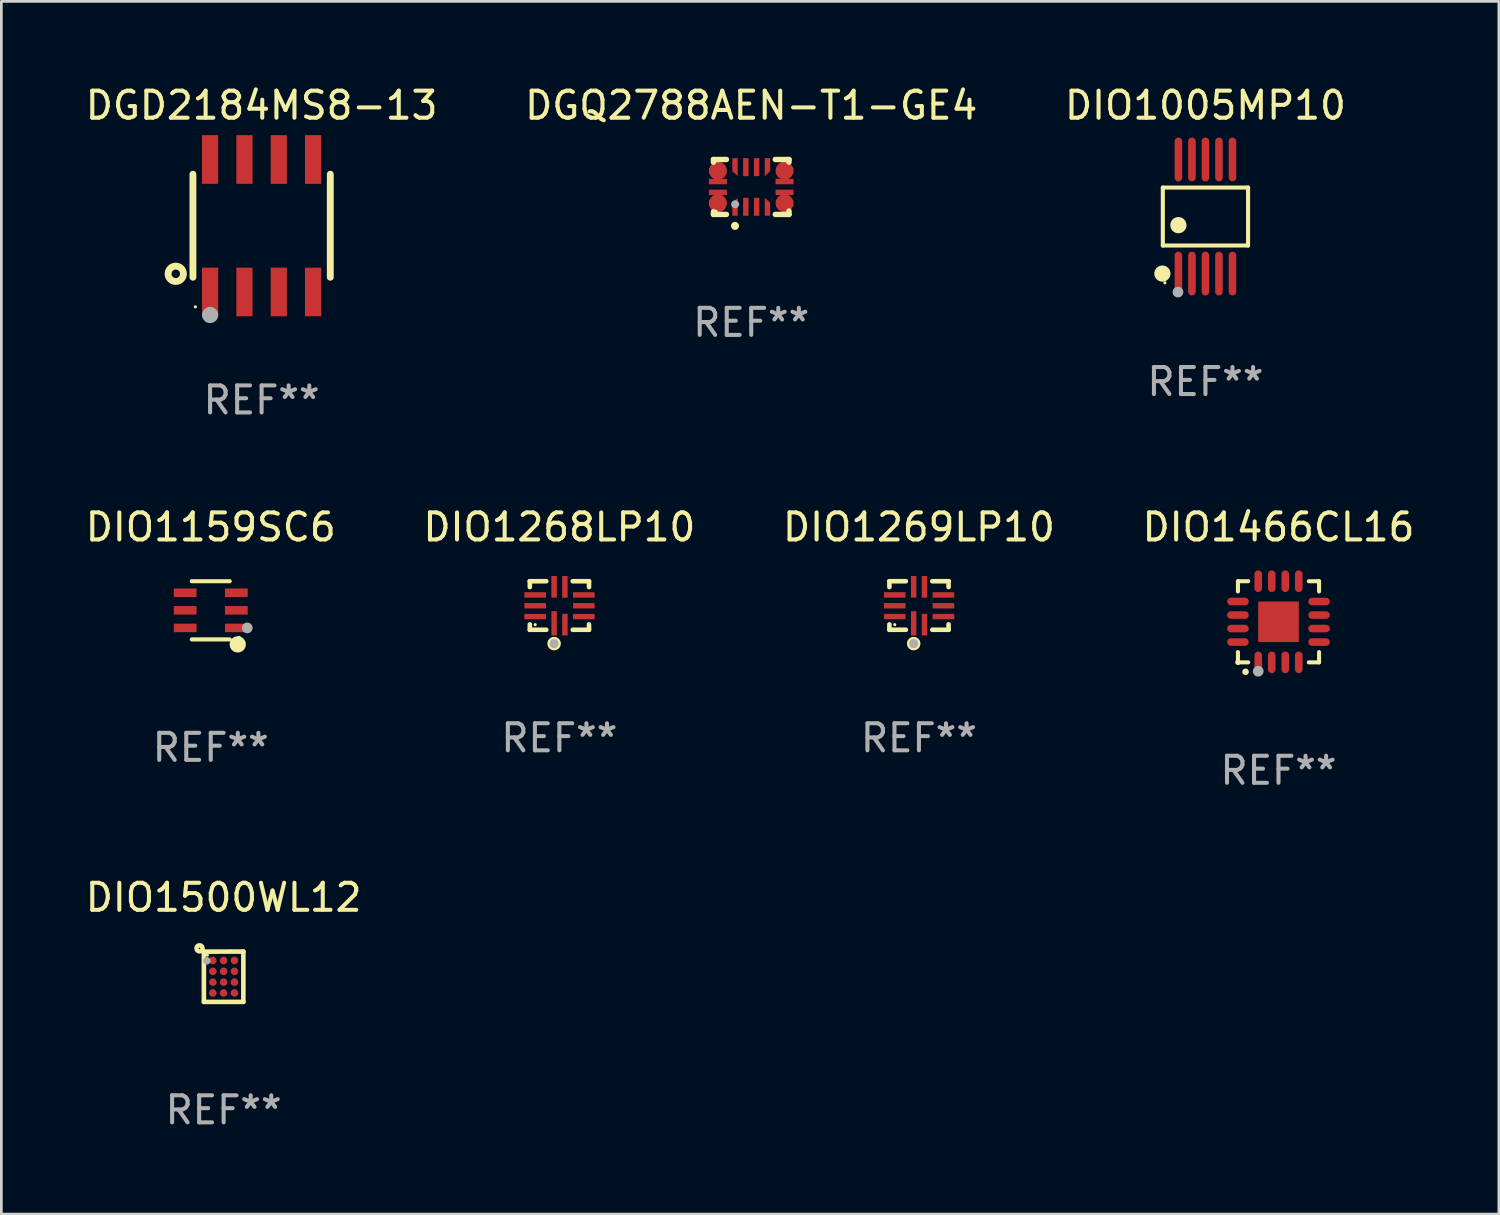
<source format=kicad_pcb>
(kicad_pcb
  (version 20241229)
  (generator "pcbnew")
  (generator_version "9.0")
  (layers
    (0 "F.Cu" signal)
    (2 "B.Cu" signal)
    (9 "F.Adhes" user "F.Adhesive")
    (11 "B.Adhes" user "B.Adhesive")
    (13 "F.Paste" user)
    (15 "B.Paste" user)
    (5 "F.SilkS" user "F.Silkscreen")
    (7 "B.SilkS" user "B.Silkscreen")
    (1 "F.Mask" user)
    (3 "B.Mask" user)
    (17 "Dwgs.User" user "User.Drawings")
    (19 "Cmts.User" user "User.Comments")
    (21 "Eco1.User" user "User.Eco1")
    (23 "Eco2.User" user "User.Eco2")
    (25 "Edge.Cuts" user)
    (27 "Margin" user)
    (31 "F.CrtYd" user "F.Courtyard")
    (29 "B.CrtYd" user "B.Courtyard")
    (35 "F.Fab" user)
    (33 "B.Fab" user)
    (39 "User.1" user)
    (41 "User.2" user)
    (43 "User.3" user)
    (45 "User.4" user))
  (footprint "DGD2184MS8-13"
    (layer "F.Cu")
    (at 6.625 5.298)
    (property "Reference" "DGD2184MS8-13" (at 0 -4.45 0) (layer "F.SilkS") (effects (font (size 1 1) (thickness 0.15))))
    (attr through_hole)
    (fp_line (start -2.54 -1.905) (end -2.54 1.905) (stroke (width 0.254) (type solid)) (layer "F.SilkS"))
    (fp_line (start 2.54 -1.905) (end 2.54 1.905) (stroke (width 0.254) (type solid)) (layer "F.SilkS"))
    (fp_circle (center -3.175 1.778) (end -2.891 1.778) (stroke (width 0.254) (type solid)) (fill no) (layer "F.SilkS"))
    (fp_circle (center -2.45 3) (end -2.42 3) (stroke (width 0.06) (type solid)) (fill no) (layer "F.SilkS"))
    (fp_circle (center -1.905 3.302) (end -1.755 3.302) (stroke (width 0.3) (type solid)) (fill no) (layer "F.Fab"))
    (fp_text user "REF**" (at 0 6.45 0) (layer "F.Fab") (effects (font (size 1 1) (thickness 0.15))))
    (pad "1" smd rect (at -1.905 2.45) (size 0.6 1.8) (layers "F.Cu" "F.Mask" "F.Paste"))
    (pad "2" smd rect (at -0.635 2.45) (size 0.6 1.8) (layers "F.Cu" "F.Mask" "F.Paste"))
    (pad "3" smd rect (at 0.635 2.45) (size 0.6 1.8) (layers "F.Cu" "F.Mask" "F.Paste"))
    (pad "4" smd rect (at 1.905 2.45) (size 0.6 1.8) (layers "F.Cu" "F.Mask" "F.Paste"))
    (pad "5" smd rect (at 1.905 -2.45 180) (size 0.6 1.8) (layers "F.Cu" "F.Mask" "F.Paste"))
    (pad "6" smd rect (at 0.635 -2.45 180) (size 0.6 1.8) (layers "F.Cu" "F.Mask" "F.Paste"))
    (pad "7" smd rect (at -0.635 -2.45 180) (size 0.6 1.8) (layers "F.Cu" "F.Mask" "F.Paste"))
    (pad "8" smd rect (at -1.905 -2.45 180) (size 0.6 1.8) (layers "F.Cu" "F.Mask" "F.Paste")))
  (footprint "DGQ2788AEN-T1-GE4"
    (layer "F.Cu")
    (at 24.732 3.864)
    (property "Reference" "DGQ2788AEN-T1-GE4" (at 0 -3.016 0) (layer "F.SilkS") (effects (font (size 1 1) (thickness 0.15))))
    (attr through_hole)
    (fp_line (start -1.397 -1.016) (end -1.397 -0.916) (stroke (width 0.2) (type solid)) (layer "F.SilkS"))
    (fp_line (start -1.397 0.916) (end -1.397 1.016) (stroke (width 0.2) (type solid)) (layer "F.SilkS"))
    (fp_line (start -1.397 1.016) (end -0.916 1.016) (stroke (width 0.2) (type solid)) (layer "F.SilkS"))
    (fp_line (start -0.916 -1.016) (end -1.397 -1.016) (stroke (width 0.2) (type solid)) (layer "F.SilkS"))
    (fp_line (start 0.889 -1.016) (end 1.397 -1.016) (stroke (width 0.2) (type solid)) (layer "F.SilkS"))
    (fp_line (start 1.397 -1.016) (end 1.397 -0.916) (stroke (width 0.2) (type solid)) (layer "F.SilkS"))
    (fp_line (start 1.397 0.889) (end 1.397 1.016) (stroke (width 0.2) (type solid)) (layer "F.SilkS"))
    (fp_line (start 1.397 1.016) (end 0.889 1.016) (stroke (width 0.2) (type solid)) (layer "F.SilkS"))
    (fp_circle (center -1.3 0.9) (end -1.27 0.9) (stroke (width 0.06) (type solid)) (fill no) (layer "F.SilkS"))
    (fp_circle (center -0.6 1.44) (end -0.525 1.44) (stroke (width 0.15) (type solid)) (fill no) (layer "F.SilkS"))
    (fp_circle (center -0.595 0.64) (end -0.52 0.64) (stroke (width 0.15) (type solid)) (fill no) (layer "F.Fab"))
    (fp_text user "REF**" (at 0 5.016 0) (layer "F.Fab") (effects (font (size 1 1) (thickness 0.15))))
    (pad "1" smd custom (at -0.6 0.733) (size 0.2 0.665) (layers "F.Cu" "F.Mask" "F.Paste") (options (anchor circle)) (primitives (gr_poly (pts (xy -0.1 -0.15) (xy 0.1 -0.333) (xy 0.1 0.332) (xy -0.1 0.332)) (width 0) (fill yes))))
    (pad "2" smd rect (at -0.2 0.733) (size 0.2 0.665) (layers "F.Cu" "F.Mask" "F.Paste"))
    (pad "3" smd rect (at 0.2 0.733) (size 0.2 0.665) (layers "F.Cu" "F.Mask" "F.Paste"))
    (pad "4" smd custom (at 0.6 0.733) (size 0.2 0.665) (layers "F.Cu" "F.Mask" "F.Paste") (options (anchor circle)) (primitives (gr_poly (pts (xy -0.1 -0.333) (xy 0.1 -0.15) (xy 0.1 0.332) (xy -0.1 0.332)) (width 0) (fill yes))))
    (pad "5" smd custom (at 1.232 0.6) (size 0.665 0.2) (layers "F.Cu" "F.Mask" "F.Paste") (options (anchor circle)) (primitives (gr_poly (pts (xy -0.332 -0.1) (xy 0.333 -0.1) (xy 0.333 0.1) (xy -0.15 0.1)) (width 0) (fill yes))))
    (pad "6" smd rect (at 1.232 0.2) (size 0.665 0.2) (layers "F.Cu" "F.Mask" "F.Paste"))
    (pad "7" smd rect (at 1.232 -0.2) (size 0.665 0.2) (layers "F.Cu" "F.Mask" "F.Paste"))
    (pad "8" smd custom (at 1.232 -0.6) (size 0.665 0.2) (layers "F.Cu" "F.Mask" "F.Paste") (options (anchor circle)) (primitives (gr_poly (pts (xy -0.15 -0.1) (xy 0.333 -0.1) (xy 0.333 0.1) (xy -0.332 0.1)) (width 0) (fill yes))))
    (pad "9" smd custom (at 0.6 -0.733) (size 0.2 0.665) (layers "F.Cu" "F.Mask" "F.Paste") (options (anchor circle)) (primitives (gr_poly (pts (xy -0.1 -0.332) (xy 0.1 -0.332) (xy 0.1 0.15) (xy -0.1 0.333)) (width 0) (fill yes))))
    (pad "10" smd rect (at 0.2 -0.733) (size 0.2 0.665) (layers "F.Cu" "F.Mask" "F.Paste"))
    (pad "11" smd rect (at -0.2 -0.733) (size 0.2 0.665) (layers "F.Cu" "F.Mask" "F.Paste"))
    (pad "12" smd custom (at -0.6 -0.733) (size 0.2 0.665) (layers "F.Cu" "F.Mask" "F.Paste") (options (anchor circle)) (primitives (gr_poly (pts (xy -0.1 -0.332) (xy 0.1 -0.332) (xy 0.1 0.333) (xy -0.1 0.15)) (width 0) (fill yes))))
    (pad "13" smd custom (at -1.232 -0.6) (size 0.665 0.2) (layers "F.Cu" "F.Mask" "F.Paste") (options (anchor circle)) (primitives (gr_poly (pts (xy -0.333 -0.1) (xy 0.15 -0.1) (xy 0.332 0.1) (xy -0.333 0.1)) (width 0) (fill yes))))
    (pad "14" smd rect (at -1.232 -0.2) (size 0.665 0.2) (layers "F.Cu" "F.Mask" "F.Paste"))
    (pad "15" smd rect (at -1.232 0.2) (size 0.665 0.2) (layers "F.Cu" "F.Mask" "F.Paste"))
    (pad "16" smd custom (at -1.232 0.6) (size 0.665 0.2) (layers "F.Cu" "F.Mask" "F.Paste") (options (anchor circle)) (primitives (gr_poly (pts (xy -0.333 -0.1) (xy 0.332 -0.1) (xy 0.15 0.1) (xy -0.333 0.1)) (width 0) (fill yes)))))
  (footprint "DIO1159SC6"
    (layer "F.Cu")
    (at 4.744 19.521)
    (property "Reference" "DIO1159SC6" (at 0 -3.076 0) (layer "F.SilkS") (effects (font (size 1 1) (thickness 0.15))))
    (attr through_hole)
    (fp_line (start 0.701 -1.076) (end -0.701 -1.076) (stroke (width 0.152) (type solid)) (layer "F.SilkS"))
    (fp_line (start 0.701 1.076) (end -0.701 1.076) (stroke (width 0.152) (type solid)) (layer "F.SilkS"))
    (fp_circle (center 0.998 1.26) (end 1.148 1.26) (stroke (width 0.3) (type solid)) (fill no) (layer "F.SilkS"))
    (fp_circle (center 1.05 1) (end 1.08 1) (stroke (width 0.06) (type solid)) (fill no) (layer "F.SilkS"))
    (fp_circle (center 1.35 0.65) (end 1.45 0.65) (stroke (width 0.2) (type solid)) (fill no) (layer "F.Fab"))
    (fp_text user "REF**" (at 0 5.076 0) (layer "F.Fab") (effects (font (size 1 1) (thickness 0.15))))
    (pad "1" smd rect (at 0.946 0.65) (size 0.841 0.315) (layers "F.Cu" "F.Mask" "F.Paste"))
    (pad "2" smd rect (at 0.946 0) (size 0.841 0.315) (layers "F.Cu" "F.Mask" "F.Paste"))
    (pad "3" smd rect (at 0.946 -0.65) (size 0.841 0.315) (layers "F.Cu" "F.Mask" "F.Paste"))
    (pad "4" smd rect (at -0.946 -0.65) (size 0.841 0.315) (layers "F.Cu" "F.Mask" "F.Paste"))
    (pad "5" smd rect (at -0.946 0) (size 0.841 0.315) (layers "F.Cu" "F.Mask" "F.Paste"))
    (pad "6" smd rect (at -0.946 0.65) (size 0.841 0.315) (layers "F.Cu" "F.Mask" "F.Paste")))
  (footprint "DIO1005MP10"
    (layer "F.Cu")
    (at 41.53 4.958)
    (property "Reference" "DIO1005MP10" (at 0 -4.11 0) (layer "F.SilkS") (effects (font (size 1 1) (thickness 0.15))))
    (attr through_hole)
    (fp_line (start -1.576 -1.071) (end 1.576 -1.071) (stroke (width 0.152) (type solid)) (layer "F.SilkS"))
    (fp_line (start -1.576 1.071) (end -1.576 -1.071) (stroke (width 0.152) (type solid)) (layer "F.SilkS"))
    (fp_line (start 1.576 -1.071) (end 1.576 1.071) (stroke (width 0.152) (type solid)) (layer "F.SilkS"))
    (fp_line (start 1.576 1.071) (end -1.576 1.071) (stroke (width 0.152) (type solid)) (layer "F.SilkS"))
    (fp_circle (center -1.592 2.11) (end -1.442 2.11) (stroke (width 0.3) (type solid)) (fill no) (layer "F.SilkS"))
    (fp_circle (center -1.5 2.45) (end -1.47 2.45) (stroke (width 0.06) (type solid)) (fill no) (layer "F.SilkS"))
    (fp_circle (center -1 0.319) (end -0.85 0.319) (stroke (width 0.3) (type solid)) (fill no) (layer "F.SilkS"))
    (fp_circle (center -1.016 2.794) (end -0.916 2.794) (stroke (width 0.2) (type solid)) (fill no) (layer "F.Fab"))
    (fp_text user "REF**" (at 0 6.11 0) (layer "F.Fab") (effects (font (size 1 1) (thickness 0.15))))
    (pad "1" smd oval (at -1 2.11) (size 0.28 1.62) (layers "F.Cu" "F.Mask" "F.Paste"))
    (pad "2" smd oval (at -0.5 2.11) (size 0.28 1.62) (layers "F.Cu" "F.Mask" "F.Paste"))
    (pad "3" smd oval (at 0 2.11) (size 0.28 1.62) (layers "F.Cu" "F.Mask" "F.Paste"))
    (pad "4" smd oval (at 0.5 2.11) (size 0.28 1.62) (layers "F.Cu" "F.Mask" "F.Paste"))
    (pad "5" smd oval (at 1 2.11) (size 0.28 1.62) (layers "F.Cu" "F.Mask" "F.Paste"))
    (pad "6" smd oval (at 1 -2.11) (size 0.28 1.62) (layers "F.Cu" "F.Mask" "F.Paste"))
    (pad "7" smd oval (at 0.5 -2.11) (size 0.28 1.62) (layers "F.Cu" "F.Mask" "F.Paste"))
    (pad "8" smd oval (at 0 -2.11) (size 0.28 1.62) (layers "F.Cu" "F.Mask" "F.Paste"))
    (pad "9" smd oval (at -0.5 -2.11) (size 0.28 1.62) (layers "F.Cu" "F.Mask" "F.Paste"))
    (pad "10" smd oval (at -1 -2.11) (size 0.28 1.62) (layers "F.Cu" "F.Mask" "F.Paste")))
  (footprint "DIO1466CL16"
    (layer "F.Cu")
    (at 44.232 19.945)
    (property "Reference" "DIO1466CL16" (at 0 -3.5 0) (layer "F.SilkS") (effects (font (size 1 1) (thickness 0.15))))
    (attr through_hole)
    (fp_line (start -1.5 -1.5) (end -1.121 -1.5) (stroke (width 0.15) (type solid)) (layer "F.SilkS"))
    (fp_line (start -1.5 -1.122) (end -1.5 -1.5) (stroke (width 0.15) (type solid)) (layer "F.SilkS"))
    (fp_line (start -1.5 1.5) (end -1.5 1.121) (stroke (width 0.15) (type solid)) (layer "F.SilkS"))
    (fp_line (start -1.121 1.5) (end -1.5 1.5) (stroke (width 0.15) (type solid)) (layer "F.SilkS"))
    (fp_line (start 1.121 -1.5) (end 1.5 -1.5) (stroke (width 0.15) (type solid)) (layer "F.SilkS"))
    (fp_line (start 1.5 -1.5) (end 1.5 -1.122) (stroke (width 0.15) (type solid)) (layer "F.SilkS"))
    (fp_line (start 1.5 1.121) (end 1.5 1.5) (stroke (width 0.15) (type solid)) (layer "F.SilkS"))
    (fp_line (start 1.5 1.5) (end 1.121 1.5) (stroke (width 0.15) (type solid)) (layer "F.SilkS"))
    (fp_arc (start -1.219926 1.850254) (mid -1.21891 1.85025) (end -1.217894 1.850254) (stroke (width 0.240005) (type solid)) (layer "F.SilkS"))
    (fp_circle (center -1.5 1.5) (end -1.45 1.5) (stroke (width 0.1) (type solid)) (fill no) (layer "F.SilkS"))
    (fp_circle (center -0.75 1.83) (end -0.65 1.83) (stroke (width 0.2) (type solid)) (fill no) (layer "F.Fab"))
    (fp_text user "REF**" (at 0 5.5 0) (layer "F.Fab") (effects (font (size 1 1) (thickness 0.15))))
    (pad "1" smd oval (at -0.75 1.5) (size 0.28 0.8) (layers "F.Cu" "F.Mask" "F.Paste"))
    (pad "2" smd oval (at -0.25 1.5) (size 0.28 0.8) (layers "F.Cu" "F.Mask" "F.Paste"))
    (pad "3" smd oval (at 0.25 1.5) (size 0.28 0.8) (layers "F.Cu" "F.Mask" "F.Paste"))
    (pad "4" smd oval (at 0.75 1.5) (size 0.28 0.8) (layers "F.Cu" "F.Mask" "F.Paste"))
    (pad "5" smd oval (at 1.5 0.75) (size 0.8 0.28) (layers "F.Cu" "F.Mask" "F.Paste"))
    (pad "6" smd oval (at 1.5 0.25) (size 0.8 0.28) (layers "F.Cu" "F.Mask" "F.Paste"))
    (pad "7" smd oval (at 1.5 -0.25) (size 0.8 0.28) (layers "F.Cu" "F.Mask" "F.Paste"))
    (pad "8" smd oval (at 1.5 -0.75) (size 0.8 0.28) (layers "F.Cu" "F.Mask" "F.Paste"))
    (pad "9" smd oval (at 0.75 -1.5) (size 0.28 0.8) (layers "F.Cu" "F.Mask" "F.Paste"))
    (pad "10" smd oval (at 0.25 -1.5) (size 0.28 0.8) (layers "F.Cu" "F.Mask" "F.Paste"))
    (pad "11" smd oval (at -0.25 -1.5) (size 0.28 0.8) (layers "F.Cu" "F.Mask" "F.Paste"))
    (pad "12" smd oval (at -0.75 -1.5) (size 0.28 0.8) (layers "F.Cu" "F.Mask" "F.Paste"))
    (pad "13" smd oval (at -1.5 -0.75) (size 0.8 0.28) (layers "F.Cu" "F.Mask" "F.Paste"))
    (pad "14" smd oval (at -1.5 -0.25) (size 0.8 0.28) (layers "F.Cu" "F.Mask" "F.Paste"))
    (pad "15" smd oval (at -1.5 0.25) (size 0.8 0.28) (layers "F.Cu" "F.Mask" "F.Paste"))
    (pad "16" smd oval (at -1.5 0.75) (size 0.8 0.28) (layers "F.Cu" "F.Mask" "F.Paste"))
    (pad "17" smd rect (at -0.000064 0.000165) (size 1.5 1.5) (layers "F.Cu" "F.Mask" "F.Paste")))
  (footprint "DIO1268LP10"
    (layer "F.Cu")
    (at 17.637 19.344)
    (property "Reference" "DIO1268LP10" (at 0 -2.899 0) (layer "F.SilkS") (effects (font (size 1 1) (thickness 0.15))))
    (attr through_hole)
    (fp_line (start -1.096 -0.899) (end -0.484 -0.899) (stroke (width 0.17) (type solid)) (layer "F.SilkS"))
    (fp_line (start -1.093 -0.682) (end -1.093 -0.899) (stroke (width 0.17) (type solid)) (layer "F.SilkS"))
    (fp_line (start -1.093 0.899) (end -1.093 0.697) (stroke (width 0.17) (type solid)) (layer "F.SilkS"))
    (fp_line (start -0.484 0.897) (end -1.093 0.897) (stroke (width 0.17) (type solid)) (layer "F.SilkS"))
    (fp_line (start 0.494 -0.899) (end 1.096 -0.899) (stroke (width 0.17) (type solid)) (layer "F.SilkS"))
    (fp_line (start 1.096 -0.899) (end 1.096 -0.682) (stroke (width 0.17) (type solid)) (layer "F.SilkS"))
    (fp_line (start 1.096 0.697) (end 1.096 0.897) (stroke (width 0.17) (type solid)) (layer "F.SilkS"))
    (fp_line (start 1.096 0.897) (end 0.494 0.897) (stroke (width 0.17) (type solid)) (layer "F.SilkS"))
    (fp_circle (center -0.895 0.708) (end -0.865 0.708) (stroke (width 0.06) (type solid)) (fill no) (layer "F.SilkS"))
    (fp_circle (center -0.195 1.408) (end -0.116 1.408) (stroke (width 0.17) (type solid)) (fill no) (layer "F.SilkS"))
    (fp_circle (center -0.195 1.408) (end -0.11 1.408) (stroke (width 0.17) (type solid)) (fill no) (layer "F.Fab"))
    (fp_text user "REF**" (at 0 4.899 0) (layer "F.Fab") (effects (font (size 1 1) (thickness 0.15))))
    (pad "1" smd rect (at -0.195 0.658 180) (size 0.2 0.9) (layers "F.Cu" "F.Mask" "F.Paste"))
    (pad "2" smd rect (at 0.205 0.708 180) (size 0.2 0.8) (layers "F.Cu" "F.Mask" "F.Paste"))
    (pad "3" smd rect (at 0.905 0.408 90) (size 0.2 0.8) (layers "F.Cu" "F.Mask" "F.Paste"))
    (pad "4" smd rect (at 0.905 0.008 90) (size 0.2 0.8) (layers "F.Cu" "F.Mask" "F.Paste"))
    (pad "5" smd rect (at 0.905 -0.392 90) (size 0.2 0.8) (layers "F.Cu" "F.Mask" "F.Paste"))
    (pad "6" smd rect (at 0.205 -0.692 180) (size 0.2 0.8) (layers "F.Cu" "F.Mask" "F.Paste"))
    (pad "7" smd rect (at -0.195 -0.692 180) (size 0.2 0.8) (layers "F.Cu" "F.Mask" "F.Paste"))
    (pad "8" smd rect (at -0.895 -0.392 90) (size 0.2 0.8) (layers "F.Cu" "F.Mask" "F.Paste"))
    (pad "9" smd rect (at -0.895 0.008 90) (size 0.2 0.8) (layers "F.Cu" "F.Mask" "F.Paste"))
    (pad "10" smd rect (at -0.895 0.408 90) (size 0.2 0.8) (layers "F.Cu" "F.Mask" "F.Paste")))
  (footprint "DIO1500WL12"
    (layer "F.Cu")
    (at 5.22 33.072)
    (property "Reference" "DIO1500WL12" (at 0 -2.93 0) (layer "F.SilkS") (effects (font (size 1 1) (thickness 0.15))))
    (attr through_hole)
    (fp_line (start -0.73 -0.929) (end 0.73 -0.93) (stroke (width 0.17) (type solid)) (layer "F.SilkS"))
    (fp_line (start -0.73 0.93) (end -0.73 -0.929) (stroke (width 0.17) (type solid)) (layer "F.SilkS"))
    (fp_line (start 0.73 -0.93) (end 0.73 0.93) (stroke (width 0.17) (type solid)) (layer "F.SilkS"))
    (fp_line (start 0.73 0.93) (end -0.73 0.93) (stroke (width 0.17) (type solid)) (layer "F.SilkS"))
    (fp_circle (center -0.89 -1.05) (end -0.778 -1.05) (stroke (width 0.17) (type solid)) (fill no) (layer "F.SilkS"))
    (fp_circle (center -0.6 -0.8) (end -0.57 -0.8) (stroke (width 0.06) (type solid)) (fill no) (layer "F.SilkS"))
    (fp_circle (center -0.62 -0.59) (end -0.55 -0.59) (stroke (width 0.14) (type solid)) (fill no) (layer "F.Fab"))
    (fp_text user "REF**" (at 0 4.93 0) (layer "F.Fab") (effects (font (size 1 1) (thickness 0.15))))
    (pad "A1" smd circle (at -0.4 -0.6) (size 0.28 0.28) (layers "F.Cu" "F.Mask" "F.Paste"))
    (pad "A2" smd circle (at 0.000102 -0.6) (size 0.28 0.28) (layers "F.Cu" "F.Mask" "F.Paste"))
    (pad "A3" smd circle (at 0.4 -0.6) (size 0.28 0.28) (layers "F.Cu" "F.Mask" "F.Paste"))
    (pad "B1" smd circle (at -0.4 -0.2) (size 0.28 0.28) (layers "F.Cu" "F.Mask" "F.Paste"))
    (pad "B2" smd circle (at 0.000102 -0.2) (size 0.28 0.28) (layers "F.Cu" "F.Mask" "F.Paste"))
    (pad "B3" smd circle (at 0.4 -0.2) (size 0.28 0.28) (layers "F.Cu" "F.Mask" "F.Paste"))
    (pad "C1" smd circle (at -0.4 0.2) (size 0.28 0.28) (layers "F.Cu" "F.Mask" "F.Paste"))
    (pad "C2" smd circle (at 0.000102 0.2) (size 0.28 0.28) (layers "F.Cu" "F.Mask" "F.Paste"))
    (pad "C3" smd circle (at 0.4 0.2) (size 0.28 0.28) (layers "F.Cu" "F.Mask" "F.Paste"))
    (pad "D1" smd circle (at -0.4 0.6) (size 0.28 0.28) (layers "F.Cu" "F.Mask" "F.Paste"))
    (pad "D2" smd circle (at 0.000102 0.6) (size 0.28 0.28) (layers "F.Cu" "F.Mask" "F.Paste"))
    (pad "D3" smd circle (at 0.4 0.6) (size 0.28 0.28) (layers "F.Cu" "F.Mask" "F.Paste")))
  (footprint "DIO1269LP10"
    (layer "F.Cu")
    (at 30.935 19.344)
    (property "Reference" "DIO1269LP10" (at 0 -2.899 0) (layer "F.SilkS") (effects (font (size 1 1) (thickness 0.15))))
    (attr through_hole)
    (fp_line (start -1.096 -0.899) (end -0.484 -0.899) (stroke (width 0.17) (type solid)) (layer "F.SilkS"))
    (fp_line (start -1.093 -0.682) (end -1.093 -0.899) (stroke (width 0.17) (type solid)) (layer "F.SilkS"))
    (fp_line (start -1.093 0.899) (end -1.093 0.697) (stroke (width 0.17) (type solid)) (layer "F.SilkS"))
    (fp_line (start -0.484 0.897) (end -1.093 0.897) (stroke (width 0.17) (type solid)) (layer "F.SilkS"))
    (fp_line (start 0.494 -0.899) (end 1.096 -0.899) (stroke (width 0.17) (type solid)) (layer "F.SilkS"))
    (fp_line (start 1.096 -0.899) (end 1.096 -0.682) (stroke (width 0.17) (type solid)) (layer "F.SilkS"))
    (fp_line (start 1.096 0.697) (end 1.096 0.897) (stroke (width 0.17) (type solid)) (layer "F.SilkS"))
    (fp_line (start 1.096 0.897) (end 0.494 0.897) (stroke (width 0.17) (type solid)) (layer "F.SilkS"))
    (fp_circle (center -0.895 0.708) (end -0.865 0.708) (stroke (width 0.06) (type solid)) (fill no) (layer "F.SilkS"))
    (fp_circle (center -0.195 1.408) (end -0.116 1.408) (stroke (width 0.17) (type solid)) (fill no) (layer "F.SilkS"))
    (fp_circle (center -0.195 1.408) (end -0.11 1.408) (stroke (width 0.17) (type solid)) (fill no) (layer "F.Fab"))
    (fp_text user "REF**" (at 0 4.899 0) (layer "F.Fab") (effects (font (size 1 1) (thickness 0.15))))
    (pad "1" smd rect (at -0.195 0.658 180) (size 0.2 0.9) (layers "F.Cu" "F.Mask" "F.Paste"))
    (pad "2" smd rect (at 0.205 0.708 180) (size 0.2 0.8) (layers "F.Cu" "F.Mask" "F.Paste"))
    (pad "3" smd rect (at 0.905 0.408 90) (size 0.2 0.8) (layers "F.Cu" "F.Mask" "F.Paste"))
    (pad "4" smd rect (at 0.905 0.008 90) (size 0.2 0.8) (layers "F.Cu" "F.Mask" "F.Paste"))
    (pad "5" smd rect (at 0.905 -0.392 90) (size 0.2 0.8) (layers "F.Cu" "F.Mask" "F.Paste"))
    (pad "6" smd rect (at 0.205 -0.692 180) (size 0.2 0.8) (layers "F.Cu" "F.Mask" "F.Paste"))
    (pad "7" smd rect (at -0.195 -0.692 180) (size 0.2 0.8) (layers "F.Cu" "F.Mask" "F.Paste"))
    (pad "8" smd rect (at -0.895 -0.392 90) (size 0.2 0.8) (layers "F.Cu" "F.Mask" "F.Paste"))
    (pad "9" smd rect (at -0.895 0.008 90) (size 0.2 0.8) (layers "F.Cu" "F.Mask" "F.Paste"))
    (pad "10" smd rect (at -0.895 0.408 90) (size 0.2 0.8) (layers "F.Cu" "F.Mask" "F.Paste")))
  (gr_rect
    (start -3 -3)
    (end 52.381 41.85)
    (stroke (width 0.1) (type default))
    (fill no)
    (layer "Edge.Cuts")))
</source>
